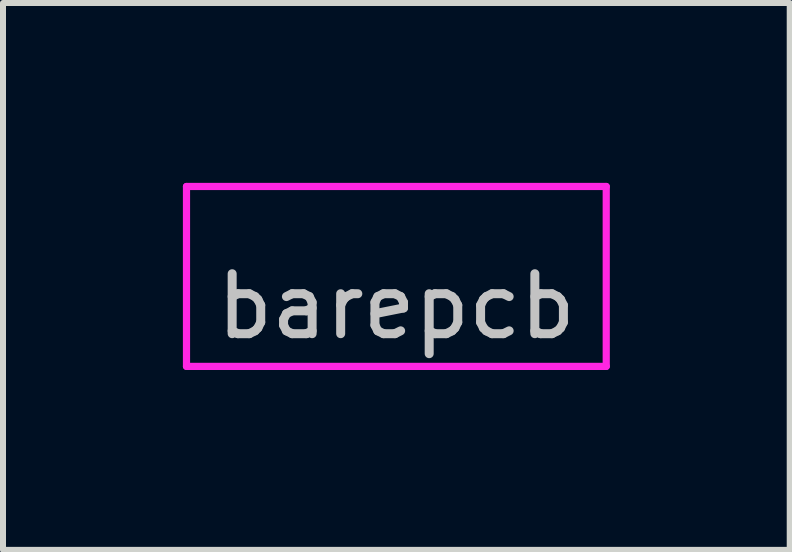
<source format=kicad_pcb>
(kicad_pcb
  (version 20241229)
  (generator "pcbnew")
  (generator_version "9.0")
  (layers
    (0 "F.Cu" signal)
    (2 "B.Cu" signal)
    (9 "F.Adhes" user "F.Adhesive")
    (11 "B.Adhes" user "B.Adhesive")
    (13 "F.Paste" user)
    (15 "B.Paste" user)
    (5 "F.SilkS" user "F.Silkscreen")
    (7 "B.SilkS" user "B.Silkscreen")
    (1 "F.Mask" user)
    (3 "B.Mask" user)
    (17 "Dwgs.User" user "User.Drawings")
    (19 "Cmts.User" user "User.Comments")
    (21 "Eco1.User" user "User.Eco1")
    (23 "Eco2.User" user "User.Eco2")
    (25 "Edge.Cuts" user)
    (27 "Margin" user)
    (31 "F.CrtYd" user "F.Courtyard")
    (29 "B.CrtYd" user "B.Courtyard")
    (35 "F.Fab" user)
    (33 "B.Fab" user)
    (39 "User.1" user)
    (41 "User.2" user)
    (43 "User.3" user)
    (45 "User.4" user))
  (footprint "barepcb"
    (layer "F.Cu")
    (at 3.56 1.56)
    (property "Reference" "barepcb" (at 0 0.5 0) (layer "Dwgs.User") (effects (font (size 1 1) (thickness 0.15))))
    (attr through_hole)
    (fp_line (start -3.5 -1.5) (end 3.5 -1.5) (stroke (width 0.12) (type solid)) (layer "F.CrtYd"))
    (fp_line (start -3.5 1.5) (end -3.5 -1.5) (stroke (width 0.12) (type solid)) (layer "F.CrtYd"))
    (fp_line (start 3.5 -1.5) (end 3.5 1.5) (stroke (width 0.12) (type solid)) (layer "F.CrtYd"))
    (fp_line (start 3.5 1.5) (end -3.5 1.5) (stroke (width 0.12) (type solid)) (layer "F.CrtYd")))
  (gr_rect
    (start -3 -3)
    (end 10.12 6.12)
    (stroke (width 0.1) (type default))
    (fill no)
    (layer "Edge.Cuts")))
</source>
